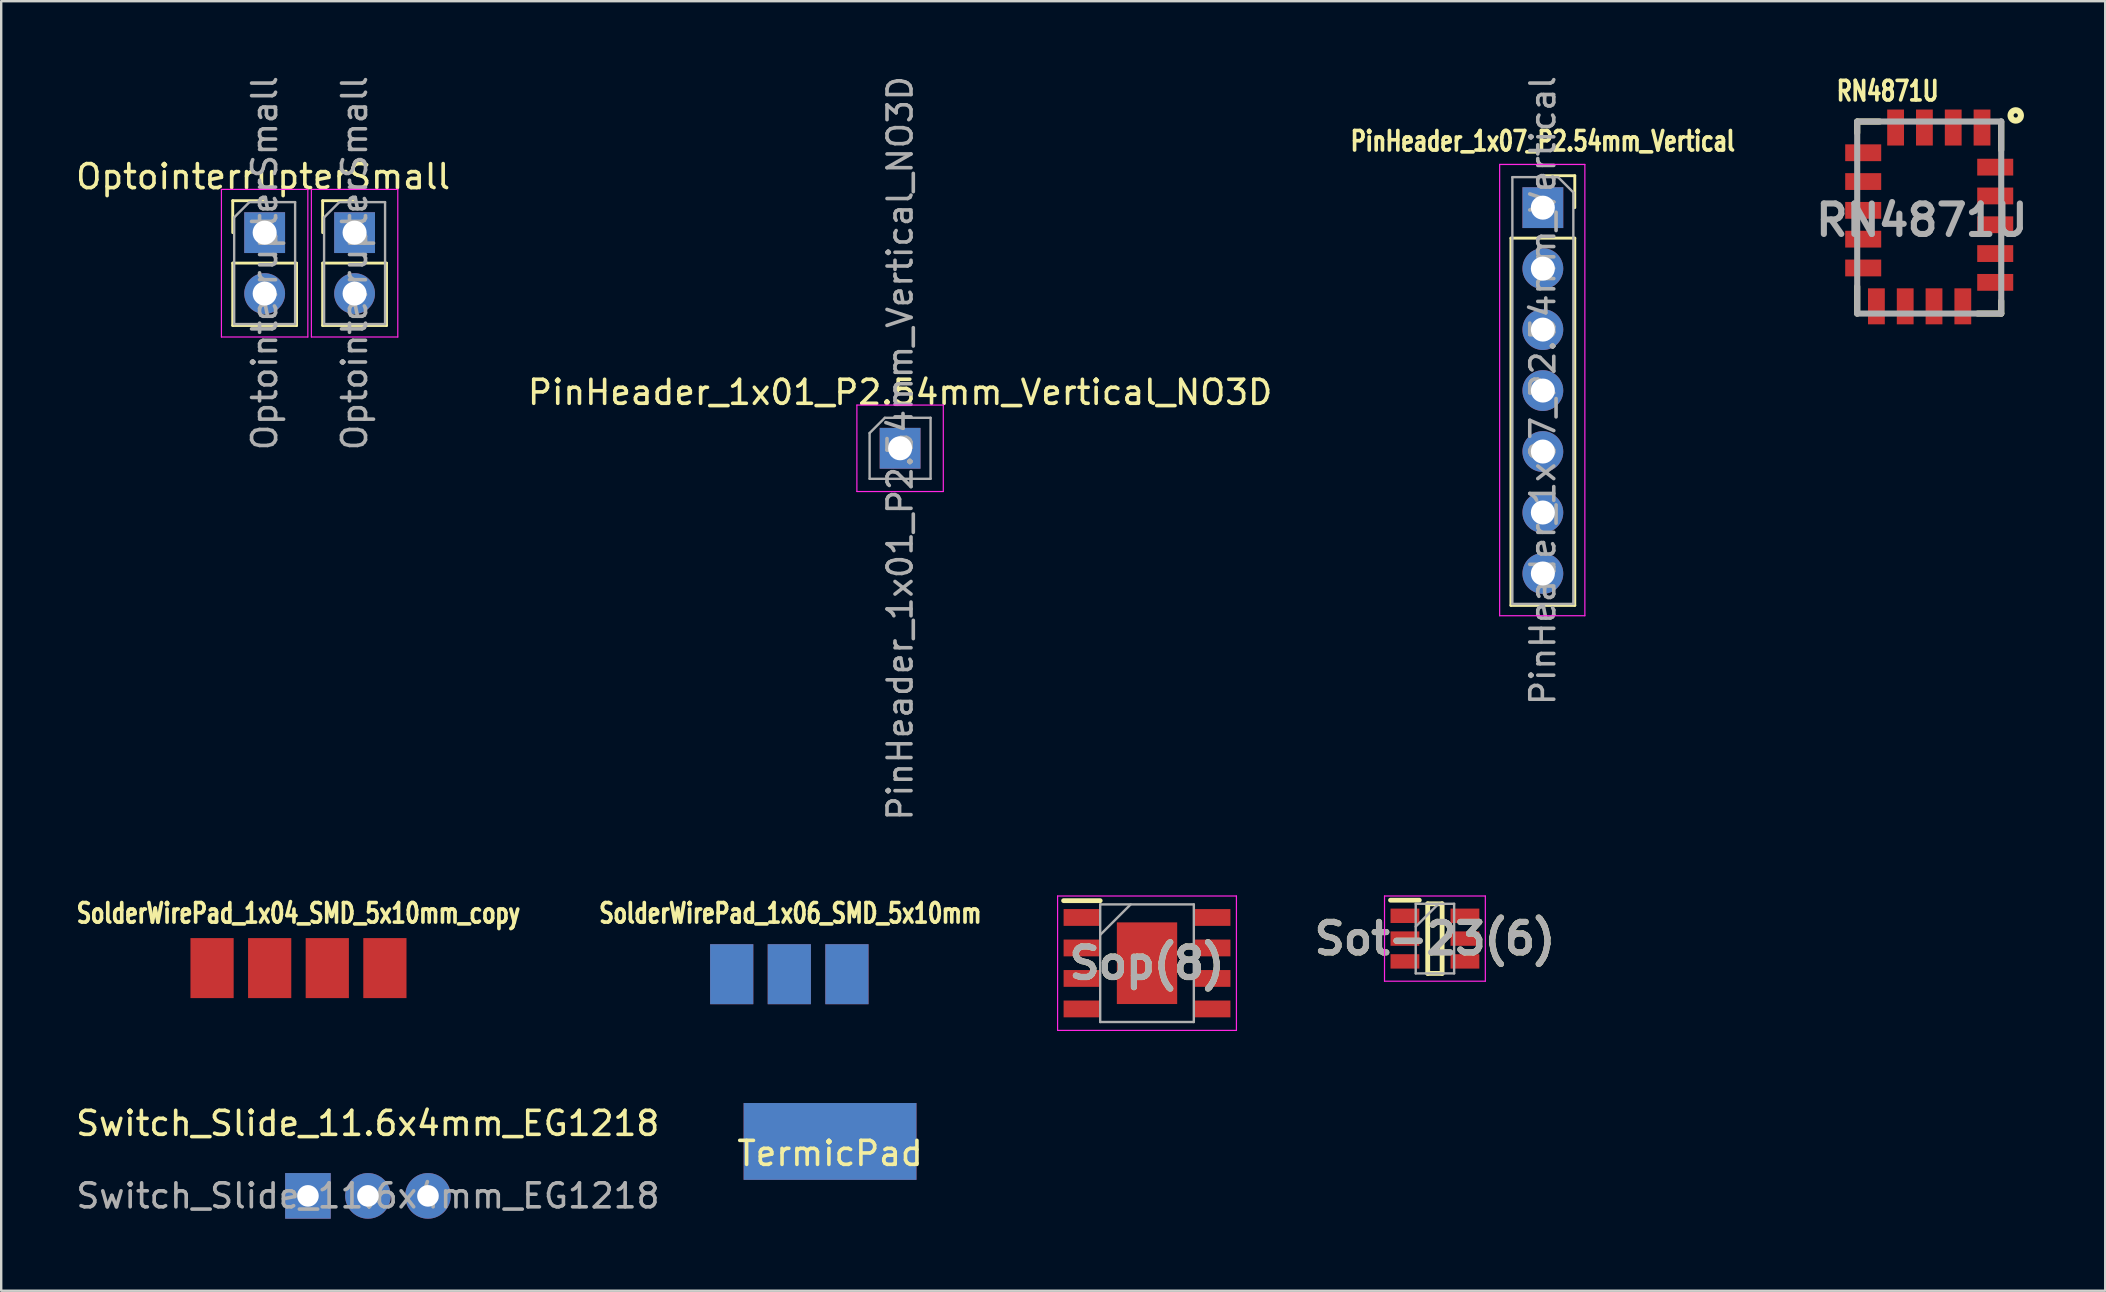
<source format=kicad_pcb>
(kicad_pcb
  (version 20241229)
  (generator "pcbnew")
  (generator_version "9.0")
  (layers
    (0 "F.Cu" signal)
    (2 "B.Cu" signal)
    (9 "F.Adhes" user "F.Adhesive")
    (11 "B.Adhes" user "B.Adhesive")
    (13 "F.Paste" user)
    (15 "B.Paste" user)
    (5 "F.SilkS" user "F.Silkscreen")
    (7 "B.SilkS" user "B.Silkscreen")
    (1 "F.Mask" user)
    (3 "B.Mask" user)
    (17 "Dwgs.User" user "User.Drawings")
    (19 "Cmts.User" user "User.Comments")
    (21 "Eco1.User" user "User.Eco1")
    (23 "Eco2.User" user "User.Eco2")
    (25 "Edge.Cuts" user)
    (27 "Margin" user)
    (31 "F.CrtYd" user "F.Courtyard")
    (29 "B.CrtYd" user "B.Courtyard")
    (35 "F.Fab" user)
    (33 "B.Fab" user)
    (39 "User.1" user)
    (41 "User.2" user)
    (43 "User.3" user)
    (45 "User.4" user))
  (footprint "RN4871U"
    (layer "F.Cu")
    (at 74.317 2.013)
    (property "Reference" "RN4871U" (at 1.27 -1.27 0) (layer "F.SilkS") (effects (font (size 0.813 0.61) (thickness 0.152))))
    (attr smd)
    (fp_line (start 0 0) (end 0 0.471) (stroke (width 0.254) (type solid)) (layer "F.SilkS"))
    (fp_line (start 0 0) (end 0.932 0) (stroke (width 0.254) (type solid)) (layer "F.SilkS"))
    (fp_line (start 0 8) (end 0 6.873) (stroke (width 0.254) (type solid)) (layer "F.SilkS"))
    (fp_line (start 6 0) (end 6 1.182) (stroke (width 0.254) (type solid)) (layer "F.SilkS"))
    (fp_line (start 6 8) (end 5.022 8) (stroke (width 0.254) (type solid)) (layer "F.SilkS"))
    (fp_line (start 6 8) (end 6 7.474) (stroke (width 0.254) (type solid)) (layer "F.SilkS"))
    (fp_circle (center 6.604 -0.254) (end 6.604 -0.165) (stroke (width 0.254) (type solid)) (fill no) (layer "F.SilkS"))
    (fp_line (start 0 0) (end 6 0) (stroke (width 0.254) (type solid)) (layer "F.Fab"))
    (fp_line (start 0 8) (end 0 0) (stroke (width 0.254) (type solid)) (layer "F.Fab"))
    (fp_line (start 6 0) (end 6 8) (stroke (width 0.254) (type solid)) (layer "F.Fab"))
    (fp_line (start 6 8) (end 0 8) (stroke (width 0.254) (type solid)) (layer "F.Fab"))
    (fp_text user "${REFERENCE}" (at 2.694 4.109 0) (layer "F.Fab") (effects (font (size 1.27 1.27) (thickness 0.254))))
    (pad "1" smd rect (at 5.2 0.25) (size 0.7 1.5) (layers "F.Cu" "F.Mask" "F.Paste"))
    (pad "2" smd rect (at 4 0.25) (size 0.7 1.5) (layers "F.Cu" "F.Mask" "F.Paste"))
    (pad "3" smd rect (at 2.8 0.25) (size 0.7 1.5) (layers "F.Cu" "F.Mask" "F.Paste"))
    (pad "4" smd rect (at 1.6 0.25) (size 0.7 1.5) (layers "F.Cu" "F.Mask" "F.Paste"))
    (pad "5" smd rect (at 0.25 1.3 90) (size 0.7 1.5) (layers "F.Cu" "F.Mask" "F.Paste"))
    (pad "6" smd rect (at 0.25 2.5 90) (size 0.7 1.5) (layers "F.Cu" "F.Mask" "F.Paste"))
    (pad "7" smd rect (at 0.25 3.7 90) (size 0.7 1.5) (layers "F.Cu" "F.Mask" "F.Paste"))
    (pad "8" smd rect (at 0.25 4.9 90) (size 0.7 1.5) (layers "F.Cu" "F.Mask" "F.Paste"))
    (pad "9" smd rect (at 0.25 6.1 90) (size 0.7 1.5) (layers "F.Cu" "F.Mask" "F.Paste"))
    (pad "10" smd rect (at 0.8 7.698) (size 0.7 1.5) (layers "F.Cu" "F.Mask" "F.Paste"))
    (pad "11" smd rect (at 2 7.698) (size 0.7 1.5) (layers "F.Cu" "F.Mask" "F.Paste"))
    (pad "12" smd rect (at 3.2 7.698) (size 0.7 1.5) (layers "F.Cu" "F.Mask" "F.Paste"))
    (pad "13" smd rect (at 4.4 7.698) (size 0.7 1.5) (layers "F.Cu" "F.Mask" "F.Paste"))
    (pad "14" smd rect (at 5.75 6.7 90) (size 0.7 1.5) (layers "F.Cu" "F.Mask" "F.Paste"))
    (pad "15" smd rect (at 5.75 5.5 90) (size 0.7 1.5) (layers "F.Cu" "F.Mask" "F.Paste"))
    (pad "16" smd rect (at 5.75 4.3 90) (size 0.7 1.5) (layers "F.Cu" "F.Mask" "F.Paste"))
    (pad "17" smd rect (at 5.75 3.1 90) (size 0.7 1.5) (layers "F.Cu" "F.Mask" "F.Paste"))
    (pad "18" smd rect (at 5.75 1.9 90) (size 0.7 1.5) (layers "F.Cu" "F.Mask" "F.Paste")))
  (footprint "TermicPad"
    (layer "F.Cu")
    (at 31.528 44.5)
    (property "Reference" "TermicPad" (at 0 0.5 0) (layer "F.SilkS") (effects (font (size 1 1) (thickness 0.15))))
    (attr through_hole)
    (pad "1" smd rect (at 0 0) (size 7.2 3.2) (layers "F.Cu" "F.Mask"))
    (pad "1" smd rect (at 0 0) (size 7.2 3.2) (layers "B.Cu" "B.Mask")))
  (footprint "PinHeader_1x07_P2.54mm_Vertical"
    (layer "F.Cu")
    (at 61.222 5.6)
    (property "Reference" "PinHeader_1x07_P2.54mm_Vertical" (at 0 -2.77 0) (layer "F.SilkS") (effects (font (size 0.813 0.61) (thickness 0.152))))
    (attr through_hole)
    (fp_line (start -1.33 1.27) (end -1.33 16.57) (stroke (width 0.12) (type solid)) (layer "F.SilkS"))
    (fp_line (start -1.33 1.27) (end 1.33 1.27) (stroke (width 0.12) (type solid)) (layer "F.SilkS"))
    (fp_line (start -1.33 16.57) (end 1.33 16.57) (stroke (width 0.12) (type solid)) (layer "F.SilkS"))
    (fp_line (start 0 -1.33) (end 1.33 -1.33) (stroke (width 0.12) (type solid)) (layer "F.SilkS"))
    (fp_line (start 1.33 -1.33) (end 1.33 0) (stroke (width 0.12) (type solid)) (layer "F.SilkS"))
    (fp_line (start 1.33 1.27) (end 1.33 16.57) (stroke (width 0.12) (type solid)) (layer "F.SilkS"))
    (fp_line (start -1.8 -1.8) (end 1.75 -1.8) (stroke (width 0.05) (type solid)) (layer "F.CrtYd"))
    (fp_line (start -1.8 17) (end -1.8 -1.8) (stroke (width 0.05) (type solid)) (layer "F.CrtYd"))
    (fp_line (start 1.75 -1.8) (end 1.75 17) (stroke (width 0.05) (type solid)) (layer "F.CrtYd"))
    (fp_line (start 1.75 17) (end -1.8 17) (stroke (width 0.05) (type solid)) (layer "F.CrtYd"))
    (fp_line (start -1.27 -1.27) (end 0.635 -1.27) (stroke (width 0.1) (type solid)) (layer "F.Fab"))
    (fp_line (start -1.27 16.51) (end -1.27 -1.27) (stroke (width 0.1) (type solid)) (layer "F.Fab"))
    (fp_line (start 0.635 -1.27) (end 1.27 -0.635) (stroke (width 0.1) (type solid)) (layer "F.Fab"))
    (fp_line (start 1.27 -0.635) (end 1.27 16.51) (stroke (width 0.1) (type solid)) (layer "F.Fab"))
    (fp_line (start 1.27 16.51) (end -1.27 16.51) (stroke (width 0.1) (type solid)) (layer "F.Fab"))
    (fp_text user "${REFERENCE}" (at 0 7.62 90) (layer "F.Fab") (effects (font (size 1 1) (thickness 0.15))))
    (pad "1" thru_hole rect (at 0 0) (size 1.7 1.7) (drill 1) (layers "*.Cu" "*.Mask"))
    (pad "2" thru_hole oval (at 0 2.54) (size 1.7 1.7) (drill 1) (layers "*.Cu" "*.Mask"))
    (pad "3" thru_hole oval (at 0 5.08) (size 1.7 1.7) (drill 1) (layers "*.Cu" "*.Mask"))
    (pad "4" thru_hole oval (at 0 7.62) (size 1.7 1.7) (drill 1) (layers "*.Cu" "*.Mask"))
    (pad "5" thru_hole oval (at 0 10.16) (size 1.7 1.7) (drill 1) (layers "*.Cu" "*.Mask"))
    (pad "6" thru_hole oval (at 0 12.7) (size 1.7 1.7) (drill 1) (layers "*.Cu" "*.Mask"))
    (pad "7" thru_hole oval (at 0 15.24) (size 1.7 1.7) (drill 1) (layers "*.Cu" "*.Mask")))
  (footprint "SolderWirePad_1x04_SMD_5x10mm_copy"
    (layer "F.Cu")
    (at 9.384 37.279)
    (property "Reference" "SolderWirePad_1x04_SMD_5x10mm_copy" (at 0 -2.286 0) (layer "F.SilkS") (effects (font (size 0.813 0.61) (thickness 0.152))))
    (attr smd exclude_from_pos_files exclude_from_bom)
    (pad "1" smd rect (at -3.6 0) (size 1.8 2.5) (layers "F.Cu" "F.Mask" "F.Paste"))
    (pad "2" smd rect (at -1.2 0) (size 1.8 2.5) (layers "F.Cu" "F.Mask" "F.Paste"))
    (pad "3" smd rect (at 1.2 0) (size 1.8 2.5) (layers "F.Cu" "F.Mask" "F.Paste"))
    (pad "4" smd rect (at 3.6 0) (size 1.8 2.5) (layers "F.Cu" "F.Mask" "F.Paste")))
  (footprint "Switch_Slide_11.6x4mm_EG1218"
    (layer "F.Cu")
    (at 9.778 46.768)
    (property "Reference" "Switch_Slide_11.6x4mm_EG1218" (at 2.49 -3.02 0) (layer "F.SilkS") (effects (font (size 1 1) (thickness 0.15))))
    (attr through_hole)
    (fp_text user "${REFERENCE}" (at 2.5 0 0) (layer "F.Fab") (effects (font (size 1 1) (thickness 0.15))))
    (pad "1" thru_hole rect (at 0 0) (size 1.9 1.9) (drill 0.9) (layers "*.Cu" "*.Mask"))
    (pad "2" thru_hole circle (at 2.5 0) (size 1.9 1.9) (drill 0.9) (layers "*.Cu" "*.Mask"))
    (pad "3" thru_hole circle (at 5 0) (size 1.9 1.9) (drill 0.9) (layers "*.Cu" "*.Mask")))
  (footprint "Sot-23(6)"
    (layer "F.Cu")
    (at 56.726 36.05)
    (property "Reference" "Sot-23(6)" (at 0 0 0) (layer "F.SilkS") (effects (font (size 1.27 1.27) (thickness 0.254))))
    (attr smd)
    (fp_line (start -1.85 -1.6) (end -0.65 -1.6) (stroke (width 0.2) (type solid)) (layer "F.SilkS"))
    (fp_line (start -0.3 -1.45) (end 0.3 -1.45) (stroke (width 0.2) (type solid)) (layer "F.SilkS"))
    (fp_line (start -0.3 1.45) (end -0.3 -1.45) (stroke (width 0.2) (type solid)) (layer "F.SilkS"))
    (fp_line (start 0.3 -1.45) (end 0.3 1.45) (stroke (width 0.2) (type solid)) (layer "F.SilkS"))
    (fp_line (start 0.3 1.45) (end -0.3 1.45) (stroke (width 0.2) (type solid)) (layer "F.SilkS"))
    (fp_line (start -2.1 -1.775) (end 2.1 -1.775) (stroke (width 0.05) (type solid)) (layer "F.CrtYd"))
    (fp_line (start -2.1 1.775) (end -2.1 -1.775) (stroke (width 0.05) (type solid)) (layer "F.CrtYd"))
    (fp_line (start 2.1 -1.775) (end 2.1 1.775) (stroke (width 0.05) (type solid)) (layer "F.CrtYd"))
    (fp_line (start 2.1 1.775) (end -2.1 1.775) (stroke (width 0.05) (type solid)) (layer "F.CrtYd"))
    (fp_line (start -0.8 -1.45) (end 0.8 -1.45) (stroke (width 0.1) (type solid)) (layer "F.Fab"))
    (fp_line (start -0.8 -0.5) (end 0.15 -1.45) (stroke (width 0.1) (type solid)) (layer "F.Fab"))
    (fp_line (start -0.8 1.45) (end -0.8 -1.45) (stroke (width 0.1) (type solid)) (layer "F.Fab"))
    (fp_line (start 0.8 -1.45) (end 0.8 1.45) (stroke (width 0.1) (type solid)) (layer "F.Fab"))
    (fp_line (start 0.8 1.45) (end -0.8 1.45) (stroke (width 0.1) (type solid)) (layer "F.Fab"))
    (fp_text user "${REFERENCE}" (at 0 0 0) (layer "F.Fab") (effects (font (size 1.27 1.27) (thickness 0.254))))
    (pad "1" smd rect (at -1.25 -0.95 90) (size 0.6 1.2) (layers "F.Cu" "F.Mask" "F.Paste"))
    (pad "2" smd rect (at -1.25 0 90) (size 0.6 1.2) (layers "F.Cu" "F.Mask" "F.Paste"))
    (pad "3" smd rect (at -1.25 0.95 90) (size 0.6 1.2) (layers "F.Cu" "F.Mask" "F.Paste"))
    (pad "4" smd rect (at 1.25 0.95 90) (size 0.6 1.2) (layers "F.Cu" "F.Mask" "F.Paste"))
    (pad "5" smd rect (at 1.25 0 90) (size 0.6 1.2) (layers "F.Cu" "F.Mask" "F.Paste"))
    (pad "6" smd rect (at 1.25 -0.95 90) (size 0.6 1.2) (layers "F.Cu" "F.Mask" "F.Paste")))
  (footprint "PinHeader_1x01_P2.54mm_Vertical_NO3D"
    (layer "F.Cu")
    (at 34.446 15.625)
    (property "Reference" "PinHeader_1x01_P2.54mm_Vertical_NO3D" (at 0 -2.33 0) (layer "F.SilkS") (effects (font (size 1 1) (thickness 0.15))))
    (attr through_hole)
    (fp_line (start -1.8 -1.8) (end -1.8 1.8) (stroke (width 0.05) (type solid)) (layer "F.CrtYd"))
    (fp_line (start -1.8 1.8) (end 1.8 1.8) (stroke (width 0.05) (type solid)) (layer "F.CrtYd"))
    (fp_line (start 1.8 -1.8) (end -1.8 -1.8) (stroke (width 0.05) (type solid)) (layer "F.CrtYd"))
    (fp_line (start 1.8 1.8) (end 1.8 -1.8) (stroke (width 0.05) (type solid)) (layer "F.CrtYd"))
    (fp_line (start -1.27 -0.635) (end -0.635 -1.27) (stroke (width 0.1) (type solid)) (layer "F.Fab"))
    (fp_line (start -1.27 1.27) (end -1.27 -0.635) (stroke (width 0.1) (type solid)) (layer "F.Fab"))
    (fp_line (start -0.635 -1.27) (end 1.27 -1.27) (stroke (width 0.1) (type solid)) (layer "F.Fab"))
    (fp_line (start 1.27 -1.27) (end 1.27 1.27) (stroke (width 0.1) (type solid)) (layer "F.Fab"))
    (fp_line (start 1.27 1.27) (end -1.27 1.27) (stroke (width 0.1) (type solid)) (layer "F.Fab"))
    (fp_text user "${REFERENCE}" (at 0 0 90) (layer "F.Fab") (effects (font (size 1 1) (thickness 0.15))))
    (pad "1" thru_hole rect (at 0 0) (size 1.7 1.7) (drill 1) (layers "*.Cu" "*.Mask")))
  (footprint "SolderWirePad_1x06_SMD_5x10mm"
    (layer "F.Cu")
    (at 29.875 37.533)
    (property "Reference" "SolderWirePad_1x06_SMD_5x10mm" (at 0 -2.54 0) (layer "F.SilkS") (effects (font (size 0.813 0.61) (thickness 0.152))))
    (attr smd exclude_from_pos_files exclude_from_bom)
    (pad "1" smd rect (at -2.444 0) (size 1.8 2.5) (layers "B.Cu" "B.Mask" "B.Paste"))
    (pad "2" smd rect (at -0.044 0) (size 1.8 2.5) (layers "B.Cu" "B.Mask" "B.Paste"))
    (pad "3" smd rect (at 2.356 0) (size 1.8 2.5) (layers "B.Cu" "B.Mask" "B.Paste"))
    (pad "4" smd rect (at 2.356 0) (size 1.8 2.5) (layers "F.Cu" "F.Mask" "F.Paste"))
    (pad "5" smd rect (at -0.044 0) (size 1.8 2.5) (layers "F.Cu" "F.Mask" "F.Paste"))
    (pad "6" smd rect (at -2.444 0) (size 1.8 2.5) (layers "F.Cu" "F.Mask" "F.Paste")))
  (footprint "OptointerrupterSmall"
    (layer "F.Cu")
    (at 9.562 7.847)
    (property "Reference" "OptointerrupterSmall" (at -1.651 -3.537 0) (layer "F.SilkS") (effects (font (size 1 1) (thickness 0.15))))
    (attr through_hole)
    (fp_line (start -2.917 -2.537) (end -1.587 -2.537) (stroke (width 0.12) (type solid)) (layer "F.SilkS"))
    (fp_line (start -2.917 -1.206) (end -2.917 -2.537) (stroke (width 0.12) (type solid)) (layer "F.SilkS"))
    (fp_line (start -2.917 0.064) (end -2.917 2.663) (stroke (width 0.12) (type solid)) (layer "F.SilkS"))
    (fp_line (start -2.917 0.064) (end -0.258 0.064) (stroke (width 0.12) (type solid)) (layer "F.SilkS"))
    (fp_line (start -2.917 2.663) (end -0.258 2.663) (stroke (width 0.12) (type solid)) (layer "F.SilkS"))
    (fp_line (start -0.258 0.064) (end -0.258 2.663) (stroke (width 0.12) (type solid)) (layer "F.SilkS"))
    (fp_line (start 0.829 -2.537) (end 2.159 -2.537) (stroke (width 0.12) (type solid)) (layer "F.SilkS"))
    (fp_line (start 0.829 -1.206) (end 0.829 -2.537) (stroke (width 0.12) (type solid)) (layer "F.SilkS"))
    (fp_line (start 0.829 0.064) (end 0.829 2.663) (stroke (width 0.12) (type solid)) (layer "F.SilkS"))
    (fp_line (start 0.829 0.064) (end 3.489 0.064) (stroke (width 0.12) (type solid)) (layer "F.SilkS"))
    (fp_line (start 0.829 2.663) (end 3.489 2.663) (stroke (width 0.12) (type solid)) (layer "F.SilkS"))
    (fp_line (start 3.489 0.064) (end 3.489 2.663) (stroke (width 0.12) (type solid)) (layer "F.SilkS"))
    (fp_line (start -3.388 -3.006) (end -3.388 3.143) (stroke (width 0.05) (type solid)) (layer "F.CrtYd"))
    (fp_line (start -3.388 3.143) (end 0.212 3.143) (stroke (width 0.05) (type solid)) (layer "F.CrtYd"))
    (fp_line (start 0.212 -3.006) (end -3.388 -3.006) (stroke (width 0.05) (type solid)) (layer "F.CrtYd"))
    (fp_line (start 0.212 3.143) (end 0.212 -3.006) (stroke (width 0.05) (type solid)) (layer "F.CrtYd"))
    (fp_line (start 0.359 -3.006) (end 0.359 3.143) (stroke (width 0.05) (type solid)) (layer "F.CrtYd"))
    (fp_line (start 0.359 3.143) (end 3.959 3.143) (stroke (width 0.05) (type solid)) (layer "F.CrtYd"))
    (fp_line (start 3.959 -3.006) (end 0.359 -3.006) (stroke (width 0.05) (type solid)) (layer "F.CrtYd"))
    (fp_line (start 3.959 3.143) (end 3.959 -3.006) (stroke (width 0.05) (type solid)) (layer "F.CrtYd"))
    (fp_line (start -2.857 -1.841) (end -2.223 -2.477) (stroke (width 0.1) (type solid)) (layer "F.Fab"))
    (fp_line (start -2.857 2.603) (end -2.857 -1.841) (stroke (width 0.1) (type solid)) (layer "F.Fab"))
    (fp_line (start -2.223 -2.477) (end -0.318 -2.477) (stroke (width 0.1) (type solid)) (layer "F.Fab"))
    (fp_line (start -0.318 -2.477) (end -0.318 2.603) (stroke (width 0.1) (type solid)) (layer "F.Fab"))
    (fp_line (start -0.318 2.603) (end -2.857 2.603) (stroke (width 0.1) (type solid)) (layer "F.Fab"))
    (fp_line (start 0.889 -1.841) (end 1.524 -2.477) (stroke (width 0.1) (type solid)) (layer "F.Fab"))
    (fp_line (start 0.889 2.603) (end 0.889 -1.841) (stroke (width 0.1) (type solid)) (layer "F.Fab"))
    (fp_line (start 1.524 -2.477) (end 3.429 -2.477) (stroke (width 0.1) (type solid)) (layer "F.Fab"))
    (fp_line (start 3.429 -2.477) (end 3.429 2.603) (stroke (width 0.1) (type solid)) (layer "F.Fab"))
    (fp_line (start 3.429 2.603) (end 0.889 2.603) (stroke (width 0.1) (type solid)) (layer "F.Fab"))
    (fp_text user "${REFERENCE}" (at -1.587 0.064 90) (layer "F.Fab") (effects (font (size 1 1) (thickness 0.15))))
    (fp_text user "${REFERENCE}" (at 2.159 0.064 90) (layer "F.Fab") (effects (font (size 1 1) (thickness 0.15))))
    (pad "1" thru_hole rect (at -1.587 -1.206) (size 1.7 1.7) (drill 1) (layers "*.Cu" "*.Mask"))
    (pad "2" thru_hole rect (at 2.159 -1.206) (size 1.7 1.7) (drill 1) (layers "*.Cu" "*.Mask"))
    (pad "3" thru_hole oval (at 2.159 1.333) (size 1.7 1.7) (drill 1) (layers "*.Cu" "*.Mask"))
    (pad "4" thru_hole oval (at -1.587 1.333) (size 1.7 1.7) (drill 1) (layers "*.Cu" "*.Mask")))
  (footprint "Sop(8)"
    (layer "F.Cu")
    (at 44.732 37.075)
    (property "Reference" "Sop(8)" (at 0 0 0) (layer "F.SilkS") (effects (font (size 1.27 1.27) (thickness 0.254))))
    (attr smd)
    (fp_line (start -3.475 -2.605) (end -1.95 -2.605) (stroke (width 0.2) (type solid)) (layer "F.SilkS"))
    (fp_line (start -3.725 -2.8) (end 3.725 -2.8) (stroke (width 0.05) (type solid)) (layer "F.CrtYd"))
    (fp_line (start -3.725 2.8) (end -3.725 -2.8) (stroke (width 0.05) (type solid)) (layer "F.CrtYd"))
    (fp_line (start 3.725 -2.8) (end 3.725 2.8) (stroke (width 0.05) (type solid)) (layer "F.CrtYd"))
    (fp_line (start 3.725 2.8) (end -3.725 2.8) (stroke (width 0.05) (type solid)) (layer "F.CrtYd"))
    (fp_line (start -1.95 -2.45) (end 1.95 -2.45) (stroke (width 0.1) (type solid)) (layer "F.Fab"))
    (fp_line (start -1.95 -1.18) (end -0.68 -2.45) (stroke (width 0.1) (type solid)) (layer "F.Fab"))
    (fp_line (start -1.95 2.45) (end -1.95 -2.45) (stroke (width 0.1) (type solid)) (layer "F.Fab"))
    (fp_line (start 1.95 -2.45) (end 1.95 2.45) (stroke (width 0.1) (type solid)) (layer "F.Fab"))
    (fp_line (start 1.95 2.45) (end -1.95 2.45) (stroke (width 0.1) (type solid)) (layer "F.Fab"))
    (fp_text user "${REFERENCE}" (at 0 0 0) (layer "F.Fab") (effects (font (size 1.27 1.27) (thickness 0.254))))
    (pad "1" smd rect (at -2.712 -1.905 90) (size 0.7 1.525) (layers "F.Cu" "F.Mask" "F.Paste"))
    (pad "2" smd rect (at -2.712 -0.635 90) (size 0.7 1.525) (layers "F.Cu" "F.Mask" "F.Paste"))
    (pad "3" smd rect (at -2.712 0.635 90) (size 0.7 1.525) (layers "F.Cu" "F.Mask" "F.Paste"))
    (pad "4" smd rect (at -2.712 1.905 90) (size 0.7 1.525) (layers "F.Cu" "F.Mask" "F.Paste"))
    (pad "5" smd rect (at 2.712 1.905 90) (size 0.7 1.525) (layers "F.Cu" "F.Mask" "F.Paste"))
    (pad "6" smd rect (at 2.712 0.635 90) (size 0.7 1.525) (layers "F.Cu" "F.Mask" "F.Paste"))
    (pad "7" smd rect (at 2.712 -0.635 90) (size 0.7 1.525) (layers "F.Cu" "F.Mask" "F.Paste"))
    (pad "8" smd rect (at 2.712 -1.905 90) (size 0.7 1.525) (layers "F.Cu" "F.Mask" "F.Paste"))
    (pad "9" smd rect (at 0 0) (size 2.513 3.402) (layers "F.Cu" "F.Mask" "F.Paste")))
  (gr_rect
    (start -3 -3)
    (end 84.649 50.718)
    (stroke (width 0.1) (type default))
    (fill no)
    (layer "Edge.Cuts")))
</source>
